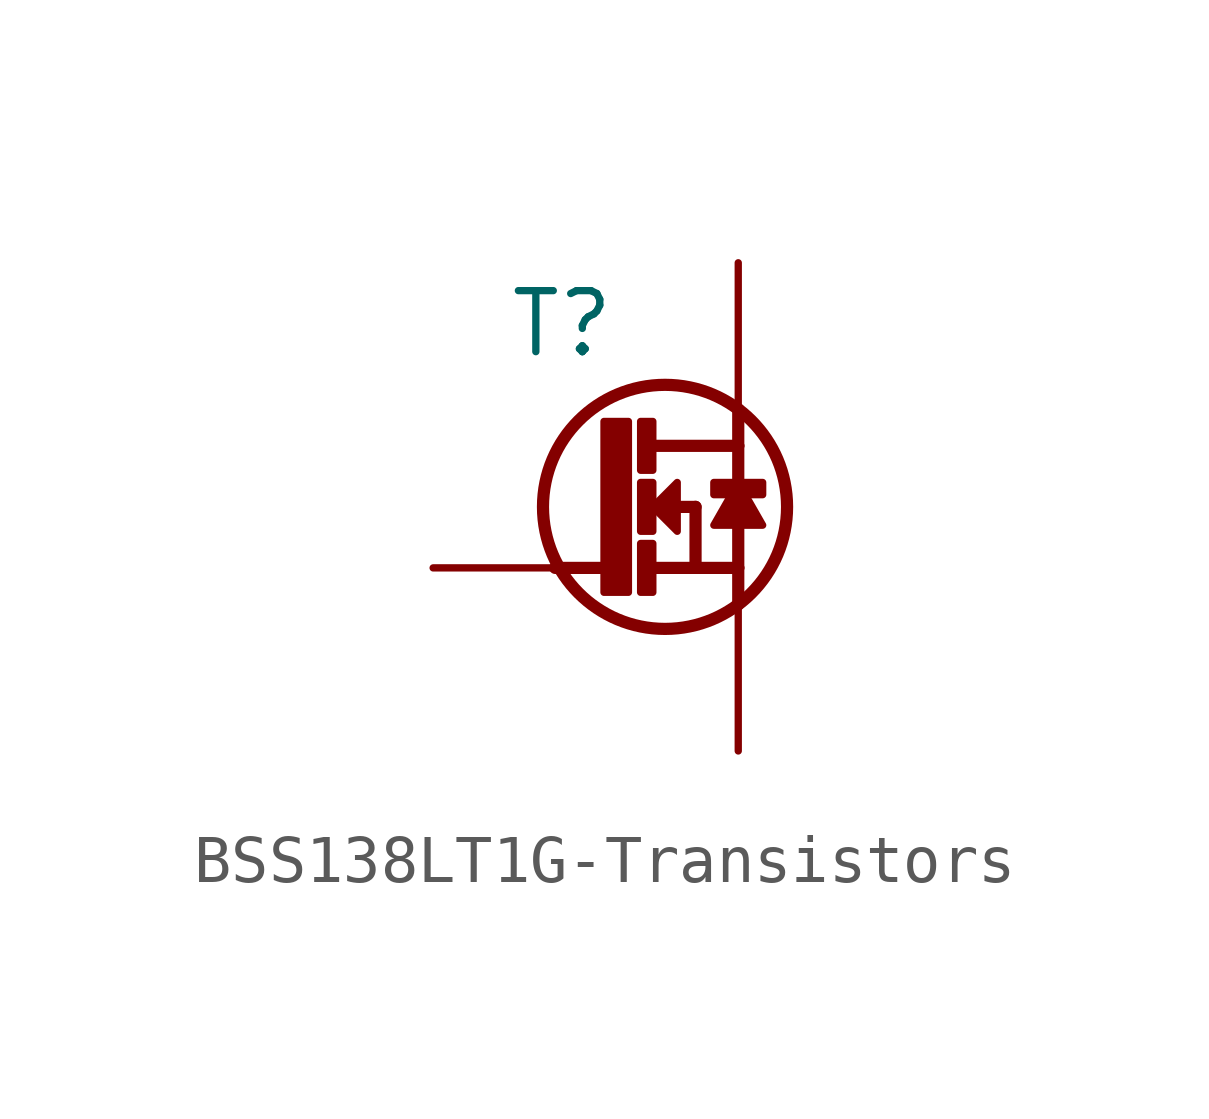
<source format=kicad_sym>
(kicad_symbol_lib
  (version 20200126)
  (host kicad_symbol_editor "(5.99.0-2809-gaceed2b0a4)")
  (symbol "LCD_Board-rescue:BSS138LT1G-Transistors"
    (pin_names
      (offset 1.27))
    (property "Reference" "T"
      (at 3.81 5.08 0)
      (effects (font (size 1.27 1.27)) (justify right)))
    (property "ki_locked" ""
      (at 0 0 0)
      (effects (font (size 1.27 1.27))))
    (symbol "BSS138LT1G-Transistors_0_1"
      (circle (center 4.826 1.27) (radius 2.54) (stroke (width 0.254)) (fill (type none)))
      (text "D" (at 5.08 5.334 0) (effects (font (size 0.635 0.635)) (justify left top) hide))
      (text "G" (at 0.762 0 0) (effects (font (size 0.635 0.635)) (justify left bottom) hide))
      (text "S" (at 5.08 -2.794 0) (effects (font (size 0.635 0.635)) (justify left bottom) hide))
      (rectangle (start 4.318 -0.508) (end 4.572 0.508) (stroke (width 0)) (fill (type outline)))
      (rectangle (start 4.318 0.762) (end 4.572 1.778) (stroke (width 0)) (fill (type outline)))
      (rectangle (start 4.318 2.032) (end 4.572 3.048) (stroke (width 0)) (fill (type outline)))
      (rectangle (start 5.842 1.524) (end 6.858 1.778) (stroke (width 0)) (fill (type outline)))
      (polyline (pts (xy 3.556 0) (xy 2.54 0)) (stroke (width 0.254)) (fill (type none)))
      (polyline (pts (xy 4.445 1.27) (xy 5.461 1.27)) (stroke (width 0.254)) (fill (type none)))
      (polyline (pts (xy 4.572 0) (xy 6.35 0)) (stroke (width 0.254)) (fill (type none)))
      (polyline (pts (xy 4.572 2.54) (xy 6.35 2.54)) (stroke (width 0.254)) (fill (type none)))
      (polyline (pts (xy 5.461 1.27) (xy 5.461 0)) (stroke (width 0.254)) (fill (type none)))
      (polyline (pts (xy 6.35 0) (xy 6.35 -0.762)) (stroke (width 0.254)) (fill (type none)))
      (polyline (pts (xy 6.35 2.54) (xy 6.35 0)) (stroke (width 0.254)) (fill (type none)))
      (polyline (pts (xy 6.35 3.302) (xy 6.35 2.54)) (stroke (width 0.254)) (fill (type none)))
      (polyline (pts (xy 4.572 1.27) (xy 5.08 1.778) (xy 5.08 0.762) (xy 4.572 1.27)) (stroke (width 0)) (fill (type outline)))
      (polyline (pts (xy 6.35 1.778) (xy 5.842 0.889) (xy 6.858 0.889) (xy 6.35 1.778)) (stroke (width 0)) (fill (type outline)))
      (polyline (pts (xy 3.556 -0.508) (xy 4.064 -0.508) (xy 4.064 3.048) (xy 3.556 3.048) (xy 3.556 -0.508)) (stroke (width 0)) (fill (type outline)))
      (pin passive line (at 0 0 0) (length 2.54) (name "G" (effects (font (size 0 0)))) (number "1" (effects (font (size 0 0)))))
      (pin passive line (at 6.35 -3.81 90) (length 3.048) (name "S" (effects (font (size 0 0)))) (number "2" (effects (font (size 0 0)))))
      (pin passive line (at 6.35 6.35 270) (length 3.048) (name "D" (effects (font (size 0 0)))) (number "3" (effects (font (size 0 0))))))))
</source>
